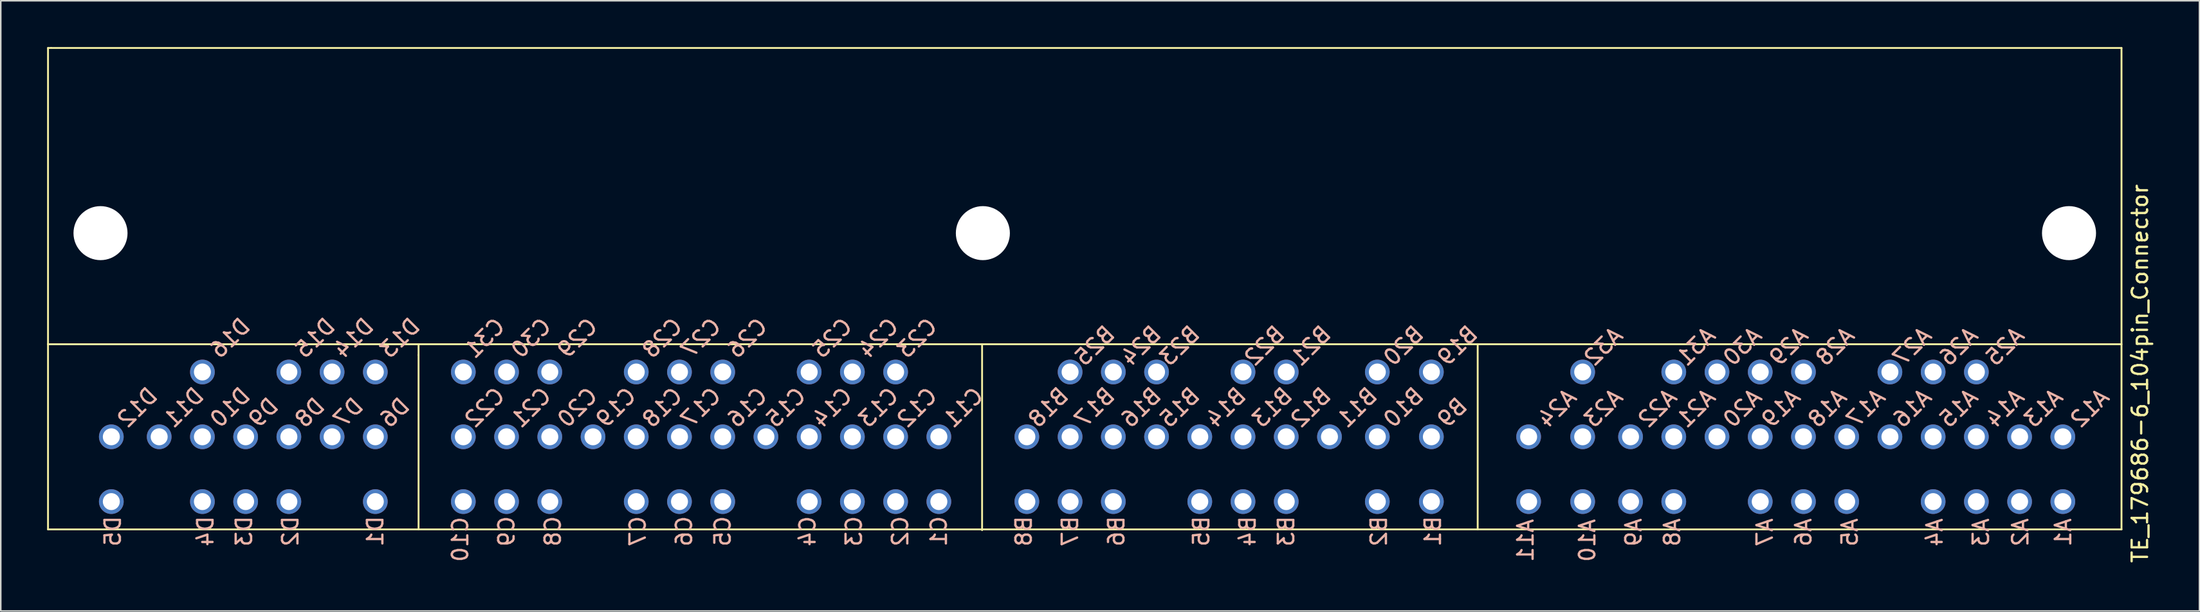
<source format=kicad_pcb>
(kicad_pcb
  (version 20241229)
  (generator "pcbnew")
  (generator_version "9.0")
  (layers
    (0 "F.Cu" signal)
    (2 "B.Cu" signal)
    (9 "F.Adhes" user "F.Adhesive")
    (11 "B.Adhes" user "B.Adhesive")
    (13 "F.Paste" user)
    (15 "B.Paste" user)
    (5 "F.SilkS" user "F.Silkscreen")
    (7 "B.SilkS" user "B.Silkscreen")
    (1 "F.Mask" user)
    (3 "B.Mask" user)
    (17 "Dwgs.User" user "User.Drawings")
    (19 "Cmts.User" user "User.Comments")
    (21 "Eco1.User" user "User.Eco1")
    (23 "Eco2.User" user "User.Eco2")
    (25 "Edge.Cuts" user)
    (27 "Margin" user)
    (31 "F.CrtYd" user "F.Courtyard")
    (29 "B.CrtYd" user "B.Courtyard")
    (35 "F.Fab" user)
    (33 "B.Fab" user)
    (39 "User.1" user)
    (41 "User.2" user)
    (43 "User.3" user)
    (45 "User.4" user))
  (footprint "TE_179686-6_104pin_Connector"
    (layer "F.Cu")
    (at 66.26 29.46)
    (property "Reference" "TE_179686-6_104pin_Connector" (at 69.3 -8.3 90) (layer "F.SilkS") (effects (font (size 1 1) (thickness 0.15))))
    (fp_line (start -66.2 -29.4) (end -66 -29.4) (stroke (width 0.12) (type solid)) (layer "F.SilkS"))
    (fp_line (start -66.2 -10.2) (end 68.1 -10.2) (stroke (width 0.12) (type solid)) (layer "F.SilkS"))
    (fp_line (start -66.2 1.8) (end -66.2 -29.4) (stroke (width 0.12) (type solid)) (layer "F.SilkS"))
    (fp_line (start -66 -29.4) (end 68.1 -29.4) (stroke (width 0.12) (type solid)) (layer "F.SilkS"))
    (fp_line (start -42.2 -10.2) (end -66.2 -10.2) (stroke (width 0.12) (type solid)) (layer "F.SilkS"))
    (fp_line (start -42.2 -9.5) (end -42.2 -10.2) (stroke (width 0.12) (type solid)) (layer "F.SilkS"))
    (fp_line (start -42.2 1.8) (end -42.2 -9.5) (stroke (width 0.12) (type solid)) (layer "F.SilkS"))
    (fp_line (start -5.7 1.85) (end -5.7 -10.15) (stroke (width 0.12) (type solid)) (layer "F.SilkS"))
    (fp_line (start 26.4 1.8) (end 26.4 -10.2) (stroke (width 0.12) (type solid)) (layer "F.SilkS"))
    (fp_line (start 68.1 -29.4) (end 68.1 1.8) (stroke (width 0.12) (type solid)) (layer "F.SilkS"))
    (fp_line (start 68.1 1.8) (end -66.2 1.8) (stroke (width 0.12) (type solid)) (layer "F.SilkS"))
    (fp_text user "D15" (at -50 -9.5 45) (unlocked yes) (layer "B.SilkS") (effects (font (size 1 1) (thickness 0.15)) (justify right mirror)))
    (fp_text user "B25" (at 0.5 -9 45) (unlocked yes) (layer "B.SilkS") (effects (font (size 1 1) (thickness 0.15)) (justify right mirror)))
    (fp_text user "D16" (at -55.5 -9.5 45) (unlocked yes) (layer "B.SilkS") (effects (font (size 1 1) (thickness 0.15)) (justify right mirror)))
    (fp_text user "C28" (at -27.5 -9.5 45) (unlocked yes) (layer "B.SilkS") (effects (font (size 1 1) (thickness 0.15)) (justify right mirror)))
    (fp_text user "A9" (at 36.5 3 90) (unlocked yes) (layer "B.SilkS") (effects (font (size 1 1) (thickness 0.15)) (justify right mirror)))
    (fp_text user "C15" (at -19.5 -5 45) (unlocked yes) (layer "B.SilkS") (effects (font (size 1 1) (thickness 0.15)) (justify right mirror)))
    (fp_text user "B8" (at -3 3 90) (unlocked yes) (layer "B.SilkS") (effects (font (size 1 1) (thickness 0.15)) (justify right mirror)))
    (fp_text user "C20" (at -33 -5 45) (unlocked yes) (layer "B.SilkS") (effects (font (size 1 1) (thickness 0.15)) (justify right mirror)))
    (fp_text user "B4" (at 11.5 3 90) (unlocked yes) (layer "B.SilkS") (effects (font (size 1 1) (thickness 0.15)) (justify right mirror)))
    (fp_text user "B24" (at 3.5 -9 45) (unlocked yes) (layer "B.SilkS") (effects (font (size 1 1) (thickness 0.15)) (justify right mirror)))
    (fp_text user "B3" (at 14 3 90) (unlocked yes) (layer "B.SilkS") (effects (font (size 1 1) (thickness 0.15)) (justify right mirror)))
    (fp_text user "A24" (at 30.5 -5 45) (unlocked yes) (layer "B.SilkS") (effects (font (size 1 1) (thickness 0.15)) (justify right mirror)))
    (fp_text user "D9" (at -53 -5 45) (unlocked yes) (layer "B.SilkS") (effects (font (size 1 1) (thickness 0.15)) (justify right mirror)))
    (fp_text user "B16" (at 3.5 -5 45) (unlocked yes) (layer "B.SilkS") (effects (font (size 1 1) (thickness 0.15)) (justify right mirror)))
    (fp_text user "A6" (at 47.5 3 90) (unlocked yes) (layer "B.SilkS") (effects (font (size 1 1) (thickness 0.15)) (justify right mirror)))
    (fp_text user "A5" (at 50.5 3 90) (unlocked yes) (layer "B.SilkS") (effects (font (size 1 1) (thickness 0.15)) (justify right mirror)))
    (fp_text user "D11" (at -58.5 -5 45) (unlocked yes) (layer "B.SilkS") (effects (font (size 1 1) (thickness 0.15)) (justify right mirror)))
    (fp_text user "C23" (at -11 -9.5 45) (unlocked yes) (layer "B.SilkS") (effects (font (size 1 1) (thickness 0.15)) (justify right mirror)))
    (fp_text user "C1" (at -8.5 3 90) (unlocked yes) (layer "B.SilkS") (effects (font (size 1 1) (thickness 0.15)) (justify right mirror)))
    (fp_text user "B17" (at 0.5 -5 45) (unlocked yes) (layer "B.SilkS") (effects (font (size 1 1) (thickness 0.15)) (justify right mirror)))
    (fp_text user "A11" (at 29.5 4 90) (unlocked yes) (layer "B.SilkS") (effects (font (size 1 1) (thickness 0.15)) (justify right mirror)))
    (fp_text user "C2" (at -11 3 90) (unlocked yes) (layer "B.SilkS") (effects (font (size 1 1) (thickness 0.15)) (justify right mirror)))
    (fp_text user "C18" (at -27.5 -5 45) (unlocked yes) (layer "B.SilkS") (effects (font (size 1 1) (thickness 0.15)) (justify right mirror)))
    (fp_text user "C7" (at -28 3 90) (unlocked yes) (layer "B.SilkS") (effects (font (size 1 1) (thickness 0.15)) (justify right mirror)))
    (fp_text user "A22" (at 37 -5 45) (unlocked yes) (layer "B.SilkS") (effects (font (size 1 1) (thickness 0.15)) (justify right mirror)))
    (fp_text user "C22" (at -39 -5 45) (unlocked yes) (layer "B.SilkS") (effects (font (size 1 1) (thickness 0.15)) (justify right mirror)))
    (fp_text user "A7" (at 45 3 90) (unlocked yes) (layer "B.SilkS") (effects (font (size 1 1) (thickness 0.15)) (justify right mirror)))
    (fp_text user "B15" (at 6 -5 45) (unlocked yes) (layer "B.SilkS") (effects (font (size 1 1) (thickness 0.15)) (justify right mirror)))
    (fp_text user "A26" (at 56.5 -9 45) (unlocked yes) (layer "B.SilkS") (effects (font (size 1 1) (thickness 0.15)) (justify right mirror)))
    (fp_text user "D4" (at -56 3 90) (unlocked yes) (layer "B.SilkS") (effects (font (size 1 1) (thickness 0.15)) (justify right mirror)))
    (fp_text user "C11" (at -8 -5 45) (unlocked yes) (layer "B.SilkS") (effects (font (size 1 1) (thickness 0.15)) (justify right mirror)))
    (fp_text user "D10" (at -55.5 -5 45) (unlocked yes) (layer "B.SilkS") (effects (font (size 1 1) (thickness 0.15)) (justify right mirror)))
    (fp_text user "A8" (at 39 3 90) (unlocked yes) (layer "B.SilkS") (effects (font (size 1 1) (thickness 0.15)) (justify right mirror)))
    (fp_text user "B13" (at 12 -5 45) (unlocked yes) (layer "B.SilkS") (effects (font (size 1 1) (thickness 0.15)) (justify right mirror)))
    (fp_text user "A1" (at 64.325 3 90) (unlocked yes) (layer "B.SilkS") (effects (font (size 1 1) (thickness 0.15)) (justify right mirror)))
    (fp_text user "A10" (at 33.5 4 90) (unlocked yes) (layer "B.SilkS") (effects (font (size 1 1) (thickness 0.15)) (justify right mirror)))
    (fp_text user "C8" (at -33.5 3 90) (unlocked yes) (layer "B.SilkS") (effects (font (size 1 1) (thickness 0.15)) (justify right mirror)))
    (fp_text user "B9" (at 24 -5 45) (unlocked yes) (layer "B.SilkS") (effects (font (size 1 1) (thickness 0.15)) (justify right mirror)))
    (fp_text user "A18" (at 48 -5 45) (unlocked yes) (layer "B.SilkS") (effects (font (size 1 1) (thickness 0.15)) (justify right mirror)))
    (fp_text user "B19" (at 24 -9 45) (unlocked yes) (layer "B.SilkS") (effects (font (size 1 1) (thickness 0.15)) (justify right mirror)))
    (fp_text user "B6" (at 3 3 90) (unlocked yes) (layer "B.SilkS") (effects (font (size 1 1) (thickness 0.15)) (justify right mirror)))
    (fp_text user "B22" (at 11.5 -9 45) (unlocked yes) (layer "B.SilkS") (effects (font (size 1 1) (thickness 0.15)) (justify right mirror)))
    (fp_text user "A4" (at 56 3 90) (unlocked yes) (layer "B.SilkS") (effects (font (size 1 1) (thickness 0.15)) (justify right mirror)))
    (fp_text user "A16" (at 53.5 -5 45) (unlocked yes) (layer "B.SilkS") (effects (font (size 1 1) (thickness 0.15)) (justify right mirror)))
    (fp_text user "B7" (at 0 3 90) (unlocked yes) (layer "B.SilkS") (effects (font (size 1 1) (thickness 0.15)) (justify right mirror)))
    (fp_text user "C9" (at -36.5 3 90) (unlocked yes) (layer "B.SilkS") (effects (font (size 1 1) (thickness 0.15)) (justify right mirror)))
    (fp_text user "A13" (at 62 -5 45) (unlocked yes) (layer "B.SilkS") (effects (font (size 1 1) (thickness 0.15)) (justify right mirror)))
    (fp_text user "C17" (at -25 -5 45) (unlocked yes) (layer "B.SilkS") (effects (font (size 1 1) (thickness 0.15)) (justify right mirror)))
    (fp_text user "A30" (at 42.5 -9 45) (unlocked yes) (layer "B.SilkS") (effects (font (size 1 1) (thickness 0.15)) (justify right mirror)))
    (fp_text user "D8" (at -50 -5 45) (unlocked yes) (layer "B.SilkS") (effects (font (size 1 1) (thickness 0.15)) (justify right mirror)))
    (fp_text user "B21" (at 14.5 -9 45) (unlocked yes) (layer "B.SilkS") (effects (font (size 1 1) (thickness 0.15)) (justify right mirror)))
    (fp_text user "A14" (at 59.5 -5 45) (unlocked yes) (layer "B.SilkS") (effects (font (size 1 1) (thickness 0.15)) (justify right mirror)))
    (fp_text user "D14" (at -47.5 -9.5 45) (unlocked yes) (layer "B.SilkS") (effects (font (size 1 1) (thickness 0.15)) (justify right mirror)))
    (fp_text user "C10" (at -39.5 4 90) (unlocked yes) (layer "B.SilkS") (effects (font (size 1 1) (thickness 0.15)) (justify right mirror)))
    (fp_text user "C16" (at -22 -5 45) (unlocked yes) (layer "B.SilkS") (effects (font (size 1 1) (thickness 0.15)) (justify right mirror)))
    (fp_text user "A20" (at 42.5 -5 45) (unlocked yes) (layer "B.SilkS") (effects (font (size 1 1) (thickness 0.15)) (justify right mirror)))
    (fp_text user "C27" (at -25 -9.5 45) (unlocked yes) (layer "B.SilkS") (effects (font (size 1 1) (thickness 0.15)) (justify right mirror)))
    (fp_text user "C4" (at -17 3 90) (unlocked yes) (layer "B.SilkS") (effects (font (size 1 1) (thickness 0.15)) (justify right mirror)))
    (fp_text user "D1" (at -45 3 90) (unlocked yes) (layer "B.SilkS") (effects (font (size 1 1) (thickness 0.15)) (justify right mirror)))
    (fp_text user "A3" (at 59 3 90) (unlocked yes) (layer "B.SilkS") (effects (font (size 1 1) (thickness 0.15)) (justify right mirror)))
    (fp_text user "C31" (at -39 -9.5 45) (unlocked yes) (layer "B.SilkS") (effects (font (size 1 1) (thickness 0.15)) (justify right mirror)))
    (fp_text user "B11" (at 17.5 -5 45) (unlocked yes) (layer "B.SilkS") (effects (font (size 1 1) (thickness 0.15)) (justify right mirror)))
    (fp_text user "B10" (at 20.5 -5 45) (unlocked yes) (layer "B.SilkS") (effects (font (size 1 1) (thickness 0.15)) (justify right mirror)))
    (fp_text user "C5" (at -22.5 3 90) (unlocked yes) (layer "B.SilkS") (effects (font (size 1 1) (thickness 0.15)) (justify right mirror)))
    (fp_text user "C6" (at -25 3 90) (unlocked yes) (layer "B.SilkS") (effects (font (size 1 1) (thickness 0.15)) (justify right mirror)))
    (fp_text user "B2" (at 20 3 90) (unlocked yes) (layer "B.SilkS") (effects (font (size 1 1) (thickness 0.15)) (justify right mirror)))
    (fp_text user "B5" (at 8.5 3 90) (unlocked yes) (layer "B.SilkS") (effects (font (size 1 1) (thickness 0.15)) (justify right mirror)))
    (fp_text user "A2" (at 61.55 3 90) (unlocked yes) (layer "B.SilkS") (effects (font (size 1 1) (thickness 0.15)) (justify right mirror)))
    (fp_text user "C14" (at -16.5 -5 45) (unlocked yes) (layer "B.SilkS") (effects (font (size 1 1) (thickness 0.15)) (justify right mirror)))
    (fp_text user "C29" (at -33 -9.5 45) (unlocked yes) (layer "B.SilkS") (effects (font (size 1 1) (thickness 0.15)) (justify right mirror)))
    (fp_text user "A28" (at 48.5 -9 45) (unlocked yes) (layer "B.SilkS") (effects (font (size 1 1) (thickness 0.15)) (justify right mirror)))
    (fp_text user "A17" (at 50.5 -5 45) (unlocked yes) (layer "B.SilkS") (effects (font (size 1 1) (thickness 0.15)) (justify right mirror)))
    (fp_text user "D3" (at -53.5 3 90) (unlocked yes) (layer "B.SilkS") (effects (font (size 1 1) (thickness 0.15)) (justify right mirror)))
    (fp_text user "A32" (at 33.5 -9 45) (unlocked yes) (layer "B.SilkS") (effects (font (size 1 1) (thickness 0.15)) (justify right mirror)))
    (fp_text user "B1" (at 23.5 3 90) (unlocked yes) (layer "B.SilkS") (effects (font (size 1 1) (thickness 0.15)) (justify right mirror)))
    (fp_text user "A23" (at 33.5 -5 45) (unlocked yes) (layer "B.SilkS") (effects (font (size 1 1) (thickness 0.15)) (justify right mirror)))
    (fp_text user "C19" (at -30.5 -5 45) (unlocked yes) (layer "B.SilkS") (effects (font (size 1 1) (thickness 0.15)) (justify right mirror)))
    (fp_text user "C26" (at -22 -9.5 45) (unlocked yes) (layer "B.SilkS") (effects (font (size 1 1) (thickness 0.15)) (justify right mirror)))
    (fp_text user "C13" (at -13.5 -5 45) (unlocked yes) (layer "B.SilkS") (effects (font (size 1 1) (thickness 0.15)) (justify right mirror)))
    (fp_text user "D12" (at -61.5 -5 45) (unlocked yes) (layer "B.SilkS") (effects (font (size 1 1) (thickness 0.15)) (justify right mirror)))
    (fp_text user "C30" (at -36 -9.5 45) (unlocked yes) (layer "B.SilkS") (effects (font (size 1 1) (thickness 0.15)) (justify right mirror)))
    (fp_text user "A25" (at 59.5 -9 45) (unlocked yes) (layer "B.SilkS") (effects (font (size 1 1) (thickness 0.15)) (justify right mirror)))
    (fp_text user "D13" (at -44.5 -9.5 45) (unlocked yes) (layer "B.SilkS") (effects (font (size 1 1) (thickness 0.15)) (justify right mirror)))
    (fp_text user "A29" (at 45.5 -9 45) (unlocked yes) (layer "B.SilkS") (effects (font (size 1 1) (thickness 0.15)) (justify right mirror)))
    (fp_text user "C24" (at -13.5 -9.5 45) (unlocked yes) (layer "B.SilkS") (effects (font (size 1 1) (thickness 0.15)) (justify right mirror)))
    (fp_text user "D5" (at -62 3 90) (unlocked yes) (layer "B.SilkS") (effects (font (size 1 1) (thickness 0.15)) (justify right mirror)))
    (fp_text user "B12" (at 14.5 -5 45) (unlocked yes) (layer "B.SilkS") (effects (font (size 1 1) (thickness 0.15)) (justify right mirror)))
    (fp_text user "B14" (at 9 -5 45) (unlocked yes) (layer "B.SilkS") (effects (font (size 1 1) (thickness 0.15)) (justify right mirror)))
    (fp_text user "D2" (at -50.5 3 90) (unlocked yes) (layer "B.SilkS") (effects (font (size 1 1) (thickness 0.15)) (justify right mirror)))
    (fp_text user "A31" (at 39.5 -9 45) (unlocked yes) (layer "B.SilkS") (effects (font (size 1 1) (thickness 0.15)) (justify right mirror)))
    (fp_text user "B20" (at 20.5 -9 45) (unlocked yes) (layer "B.SilkS") (effects (font (size 1 1) (thickness 0.15)) (justify right mirror)))
    (fp_text user "C12" (at -11 -5 45) (unlocked yes) (layer "B.SilkS") (effects (font (size 1 1) (thickness 0.15)) (justify right mirror)))
    (fp_text user "A27" (at 53.5 -9 45) (unlocked yes) (layer "B.SilkS") (effects (font (size 1 1) (thickness 0.15)) (justify right mirror)))
    (fp_text user "A19" (at 45 -5 45) (unlocked yes) (layer "B.SilkS") (effects (font (size 1 1) (thickness 0.15)) (justify right mirror)))
    (fp_text user "C3" (at -14 3 90) (unlocked yes) (layer "B.SilkS") (effects (font (size 1 1) (thickness 0.15)) (justify right mirror)))
    (fp_text user "D7" (at -47.5 -5 45) (unlocked yes) (layer "B.SilkS") (effects (font (size 1 1) (thickness 0.15)) (justify right mirror)))
    (fp_text user "A12" (at 65 -5 45) (unlocked yes) (layer "B.SilkS") (effects (font (size 1 1) (thickness 0.15)) (justify right mirror)))
    (fp_text user "D6" (at -44.5 -5 45) (unlocked yes) (layer "B.SilkS") (effects (font (size 1 1) (thickness 0.15)) (justify right mirror)))
    (fp_text user "C25" (at -16.5 -9.5 45) (unlocked yes) (layer "B.SilkS") (effects (font (size 1 1) (thickness 0.15)) (justify right mirror)))
    (fp_text user "A15" (at 56.5 -5 45) (unlocked yes) (layer "B.SilkS") (effects (font (size 1 1) (thickness 0.15)) (justify right mirror)))
    (fp_text user "C21" (at -36 -5 45) (unlocked yes) (layer "B.SilkS") (effects (font (size 1 1) (thickness 0.15)) (justify right mirror)))
    (fp_text user "B18" (at -2.5 -5 45) (unlocked yes) (layer "B.SilkS") (effects (font (size 1 1) (thickness 0.15)) (justify right mirror)))
    (fp_text user "A21" (at 39.5 -5 45) (unlocked yes) (layer "B.SilkS") (effects (font (size 1 1) (thickness 0.15)) (justify right mirror)))
    (fp_text user "B23" (at 6 -9 45) (unlocked yes) (layer "B.SilkS") (effects (font (size 1 1) (thickness 0.15)) (justify right mirror)))
    (pad "" np_thru_hole circle (at -62.8 -17.4 90) (size 3.5 3.5) (drill 3.5) (layers "*.Cu" "*.Mask"))
    (pad "" np_thru_hole circle (at -5.65 -17.4 90) (size 3.5 3.5) (drill 3.5) (layers "*.Cu" "*.Mask"))
    (pad "" np_thru_hole circle (at 64.7 -17.4 90) (size 3.5 3.5) (drill 3.5) (layers "*.Cu" "*.Mask"))
    (pad "A1" thru_hole circle (at 64.3 0 90) (size 1.6 1.6) (drill 1.1) (layers "*.Cu" "*.Mask"))
    (pad "A2" thru_hole circle (at 61.5 0 90) (size 1.6 1.6) (drill 1.1) (layers "*.Cu" "*.Mask"))
    (pad "A3" thru_hole circle (at 58.7 0 90) (size 1.6 1.6) (drill 1.1) (layers "*.Cu" "*.Mask"))
    (pad "A4" thru_hole circle (at 55.9 0 90) (size 1.6 1.6) (drill 1.1) (layers "*.Cu" "*.Mask"))
    (pad "A5" thru_hole circle (at 50.3 0 90) (size 1.6 1.6) (drill 1.1) (layers "*.Cu" "*.Mask"))
    (pad "A6" thru_hole circle (at 47.5 0 90) (size 1.6 1.6) (drill 1.1) (layers "*.Cu" "*.Mask"))
    (pad "A7" thru_hole circle (at 44.7 0 90) (size 1.6 1.6) (drill 1.1) (layers "*.Cu" "*.Mask"))
    (pad "A8" thru_hole circle (at 39.1 0 90) (size 1.6 1.6) (drill 1.1) (layers "*.Cu" "*.Mask"))
    (pad "A9" thru_hole circle (at 36.3 0 90) (size 1.6 1.6) (drill 1.1) (layers "*.Cu" "*.Mask"))
    (pad "A10" thru_hole circle (at 33.2 0 90) (size 1.6 1.6) (drill 1.1) (layers "*.Cu" "*.Mask"))
    (pad "A11" thru_hole circle (at 29.7 0 90) (size 1.6 1.6) (drill 1.1) (layers "*.Cu" "*.Mask"))
    (pad "A12" thru_hole circle (at 64.3 -4.2 90) (size 1.6 1.6) (drill 1.1) (layers "*.Cu" "*.Mask"))
    (pad "A13" thru_hole circle (at 61.5 -4.2 90) (size 1.6 1.6) (drill 1.1) (layers "*.Cu" "*.Mask"))
    (pad "A14" thru_hole circle (at 58.7 -4.2 90) (size 1.6 1.6) (drill 1.1) (layers "*.Cu" "*.Mask"))
    (pad "A15" thru_hole circle (at 55.9 -4.2 90) (size 1.6 1.6) (drill 1.1) (layers "*.Cu" "*.Mask"))
    (pad "A16" thru_hole circle (at 53.1 -4.2 90) (size 1.6 1.6) (drill 1.1) (layers "*.Cu" "*.Mask"))
    (pad "A17" thru_hole circle (at 50.3 -4.2 90) (size 1.6 1.6) (drill 1.1) (layers "*.Cu" "*.Mask"))
    (pad "A18" thru_hole circle (at 47.5 -4.2 90) (size 1.6 1.6) (drill 1.1) (layers "*.Cu" "*.Mask"))
    (pad "A19" thru_hole circle (at 44.7 -4.2 90) (size 1.6 1.6) (drill 1.1) (layers "*.Cu" "*.Mask"))
    (pad "A20" thru_hole circle (at 41.9 -4.2 90) (size 1.6 1.6) (drill 1.1) (layers "*.Cu" "*.Mask"))
    (pad "A21" thru_hole circle (at 39.1 -4.2 90) (size 1.6 1.6) (drill 1.1) (layers "*.Cu" "*.Mask"))
    (pad "A22" thru_hole circle (at 36.3 -4.2 90) (size 1.6 1.6) (drill 1.1) (layers "*.Cu" "*.Mask"))
    (pad "A23" thru_hole circle (at 33.2 -4.2 90) (size 1.6 1.6) (drill 1.1) (layers "*.Cu" "*.Mask"))
    (pad "A24" thru_hole circle (at 29.7 -4.2 90) (size 1.6 1.6) (drill 1.1) (layers "*.Cu" "*.Mask"))
    (pad "A25" thru_hole circle (at 58.7 -8.4 90) (size 1.6 1.6) (drill 1.1) (layers "*.Cu" "*.Mask"))
    (pad "A26" thru_hole circle (at 55.9 -8.4 90) (size 1.6 1.6) (drill 1.1) (layers "*.Cu" "*.Mask"))
    (pad "A27" thru_hole circle (at 53.1 -8.4 90) (size 1.6 1.6) (drill 1.1) (layers "*.Cu" "*.Mask"))
    (pad "A28" thru_hole circle (at 47.5 -8.4 90) (size 1.6 1.6) (drill 1.1) (layers "*.Cu" "*.Mask"))
    (pad "A29" thru_hole circle (at 44.7 -8.4 90) (size 1.6 1.6) (drill 1.1) (layers "*.Cu" "*.Mask"))
    (pad "A30" thru_hole circle (at 41.9 -8.4 90) (size 1.6 1.6) (drill 1.1) (layers "*.Cu" "*.Mask"))
    (pad "A31" thru_hole circle (at 39.1 -8.4 90) (size 1.6 1.6) (drill 1.1) (layers "*.Cu" "*.Mask"))
    (pad "A32" thru_hole circle (at 33.2 -8.4 90) (size 1.6 1.6) (drill 1.1) (layers "*.Cu" "*.Mask"))
    (pad "B1" thru_hole circle (at 23.4 0 90) (size 1.6 1.6) (drill 1.1) (layers "*.Cu" "*.Mask"))
    (pad "B2" thru_hole circle (at 19.9 0 90) (size 1.6 1.6) (drill 1.1) (layers "*.Cu" "*.Mask"))
    (pad "B3" thru_hole circle (at 14 0 90) (size 1.6 1.6) (drill 1.1) (layers "*.Cu" "*.Mask"))
    (pad "B4" thru_hole circle (at 11.2 0 90) (size 1.6 1.6) (drill 1.1) (layers "*.Cu" "*.Mask"))
    (pad "B5" thru_hole circle (at 8.4 0 90) (size 1.6 1.6) (drill 1.1) (layers "*.Cu" "*.Mask"))
    (pad "B6" thru_hole circle (at 2.8 0 90) (size 1.6 1.6) (drill 1.1) (layers "*.Cu" "*.Mask"))
    (pad "B7" thru_hole circle (at 0 0 90) (size 1.6 1.6) (drill 1.1) (layers "*.Cu" "*.Mask"))
    (pad "B8" thru_hole circle (at -2.8 0 90) (size 1.6 1.6) (drill 1.1) (layers "*.Cu" "*.Mask"))
    (pad "B9" thru_hole circle (at 23.4 -4.2 90) (size 1.6 1.6) (drill 1.1) (layers "*.Cu" "*.Mask"))
    (pad "B10" thru_hole circle (at 19.9 -4.2 90) (size 1.6 1.6) (drill 1.1) (layers "*.Cu" "*.Mask"))
    (pad "B11" thru_hole circle (at 16.8 -4.2 90) (size 1.6 1.6) (drill 1.1) (layers "*.Cu" "*.Mask"))
    (pad "B12" thru_hole circle (at 14 -4.2 90) (size 1.6 1.6) (drill 1.1) (layers "*.Cu" "*.Mask"))
    (pad "B13" thru_hole circle (at 11.2 -4.2 90) (size 1.6 1.6) (drill 1.1) (layers "*.Cu" "*.Mask"))
    (pad "B14" thru_hole circle (at 8.4 -4.2 90) (size 1.6 1.6) (drill 1.1) (layers "*.Cu" "*.Mask"))
    (pad "B15" thru_hole circle (at 5.6 -4.2 90) (size 1.6 1.6) (drill 1.1) (layers "*.Cu" "*.Mask"))
    (pad "B16" thru_hole circle (at 2.8 -4.2 90) (size 1.6 1.6) (drill 1.1) (layers "*.Cu" "*.Mask"))
    (pad "B17" thru_hole circle (at 0 -4.2 90) (size 1.6 1.6) (drill 1.1) (layers "*.Cu" "*.Mask"))
    (pad "B18" thru_hole circle (at -2.8 -4.2 90) (size 1.6 1.6) (drill 1.1) (layers "*.Cu" "*.Mask"))
    (pad "B19" thru_hole circle (at 23.4 -8.4 90) (size 1.6 1.6) (drill 1.1) (layers "*.Cu" "*.Mask"))
    (pad "B20" thru_hole circle (at 19.9 -8.4 90) (size 1.6 1.6) (drill 1.1) (layers "*.Cu" "*.Mask"))
    (pad "B21" thru_hole circle (at 14 -8.4 90) (size 1.6 1.6) (drill 1.1) (layers "*.Cu" "*.Mask"))
    (pad "B22" thru_hole circle (at 11.2 -8.4 90) (size 1.6 1.6) (drill 1.1) (layers "*.Cu" "*.Mask"))
    (pad "B23" thru_hole circle (at 5.6 -8.4 90) (size 1.6 1.6) (drill 1.1) (layers "*.Cu" "*.Mask"))
    (pad "B24" thru_hole circle (at 2.8 -8.4 90) (size 1.6 1.6) (drill 1.1) (layers "*.Cu" "*.Mask"))
    (pad "B25" thru_hole circle (at 0 -8.4 90) (size 1.6 1.6) (drill 1.1) (layers "*.Cu" "*.Mask"))
    (pad "C1" thru_hole circle (at -8.5 0 90) (size 1.6 1.6) (drill 1.1) (layers "*.Cu" "*.Mask"))
    (pad "C2" thru_hole circle (at -11.3 0 90) (size 1.6 1.6) (drill 1.1) (layers "*.Cu" "*.Mask"))
    (pad "C3" thru_hole circle (at -14.1 0 90) (size 1.6 1.6) (drill 1.1) (layers "*.Cu" "*.Mask"))
    (pad "C4" thru_hole circle (at -16.9 0 90) (size 1.6 1.6) (drill 1.1) (layers "*.Cu" "*.Mask"))
    (pad "C5" thru_hole circle (at -22.5 0 90) (size 1.6 1.6) (drill 1.1) (layers "*.Cu" "*.Mask"))
    (pad "C6" thru_hole circle (at -25.3 0 90) (size 1.6 1.6) (drill 1.1) (layers "*.Cu" "*.Mask"))
    (pad "C7" thru_hole circle (at -28.1 0 90) (size 1.6 1.6) (drill 1.1) (layers "*.Cu" "*.Mask"))
    (pad "C8" thru_hole circle (at -33.7 0 90) (size 1.6 1.6) (drill 1.1) (layers "*.Cu" "*.Mask"))
    (pad "C9" thru_hole circle (at -36.5 0 90) (size 1.6 1.6) (drill 1.1) (layers "*.Cu" "*.Mask"))
    (pad "C10" thru_hole circle (at -39.3 0 90) (size 1.6 1.6) (drill 1.1) (layers "*.Cu" "*.Mask"))
    (pad "C11" thru_hole circle (at -8.5 -4.2 90) (size 1.6 1.6) (drill 1.1) (layers "*.Cu" "*.Mask"))
    (pad "C12" thru_hole circle (at -11.3 -4.2 90) (size 1.6 1.6) (drill 1.1) (layers "*.Cu" "*.Mask"))
    (pad "C13" thru_hole circle (at -14.1 -4.2 90) (size 1.6 1.6) (drill 1.1) (layers "*.Cu" "*.Mask"))
    (pad "C14" thru_hole circle (at -16.9 -4.2 90) (size 1.6 1.6) (drill 1.1) (layers "*.Cu" "*.Mask"))
    (pad "C15" thru_hole circle (at -19.7 -4.2 90) (size 1.6 1.6) (drill 1.1) (layers "*.Cu" "*.Mask"))
    (pad "C16" thru_hole circle (at -22.5 -4.2 90) (size 1.6 1.6) (drill 1.1) (layers "*.Cu" "*.Mask"))
    (pad "C17" thru_hole circle (at -25.3 -4.2 90) (size 1.6 1.6) (drill 1.1) (layers "*.Cu" "*.Mask"))
    (pad "C18" thru_hole circle (at -28.1 -4.2 90) (size 1.6 1.6) (drill 1.1) (layers "*.Cu" "*.Mask"))
    (pad "C19" thru_hole circle (at -30.9 -4.2 90) (size 1.6 1.6) (drill 1.1) (layers "*.Cu" "*.Mask"))
    (pad "C20" thru_hole circle (at -33.7 -4.2 90) (size 1.6 1.6) (drill 1.1) (layers "*.Cu" "*.Mask"))
    (pad "C21" thru_hole circle (at -36.5 -4.2 90) (size 1.6 1.6) (drill 1.1) (layers "*.Cu" "*.Mask"))
    (pad "C22" thru_hole circle (at -39.3 -4.2 90) (size 1.6 1.6) (drill 1.1) (layers "*.Cu" "*.Mask"))
    (pad "C23" thru_hole circle (at -11.3 -8.4 90) (size 1.6 1.6) (drill 1.1) (layers "*.Cu" "*.Mask"))
    (pad "C24" thru_hole circle (at -14.1 -8.4 90) (size 1.6 1.6) (drill 1.1) (layers "*.Cu" "*.Mask"))
    (pad "C25" thru_hole circle (at -16.9 -8.4 90) (size 1.6 1.6) (drill 1.1) (layers "*.Cu" "*.Mask"))
    (pad "C26" thru_hole circle (at -22.5 -8.4 90) (size 1.6 1.6) (drill 1.1) (layers "*.Cu" "*.Mask"))
    (pad "C27" thru_hole circle (at -25.3 -8.4 90) (size 1.6 1.6) (drill 1.1) (layers "*.Cu" "*.Mask"))
    (pad "C28" thru_hole circle (at -28.1 -8.4 90) (size 1.6 1.6) (drill 1.1) (layers "*.Cu" "*.Mask"))
    (pad "C29" thru_hole circle (at -33.7 -8.4 90) (size 1.6 1.6) (drill 1.1) (layers "*.Cu" "*.Mask"))
    (pad "C30" thru_hole circle (at -36.5 -8.4 90) (size 1.6 1.6) (drill 1.1) (layers "*.Cu" "*.Mask"))
    (pad "C31" thru_hole circle (at -39.3 -8.4 90) (size 1.6 1.6) (drill 1.1) (layers "*.Cu" "*.Mask"))
    (pad "D1" thru_hole circle (at -45 0 90) (size 1.6 1.6) (drill 1.1) (layers "*.Cu" "*.Mask"))
    (pad "D2" thru_hole circle (at -50.6 0 90) (size 1.6 1.6) (drill 1.1) (layers "*.Cu" "*.Mask"))
    (pad "D3" thru_hole circle (at -53.4 0 90) (size 1.6 1.6) (drill 1.1) (layers "*.Cu" "*.Mask"))
    (pad "D4" thru_hole circle (at -56.2 0 90) (size 1.6 1.6) (drill 1.1) (layers "*.Cu" "*.Mask"))
    (pad "D5" thru_hole circle (at -62.1 0 90) (size 1.6 1.6) (drill 1.1) (layers "*.Cu" "*.Mask"))
    (pad "D6" thru_hole circle (at -45 -4.2 90) (size 1.6 1.6) (drill 1.1) (layers "*.Cu" "*.Mask"))
    (pad "D7" thru_hole circle (at -47.8 -4.2 90) (size 1.6 1.6) (drill 1.1) (layers "*.Cu" "*.Mask"))
    (pad "D8" thru_hole circle (at -50.6 -4.2 90) (size 1.6 1.6) (drill 1.1) (layers "*.Cu" "*.Mask"))
    (pad "D9" thru_hole circle (at -53.4 -4.2 90) (size 1.6 1.6) (drill 1.1) (layers "*.Cu" "*.Mask"))
    (pad "D10" thru_hole circle (at -56.2 -4.2 90) (size 1.6 1.6) (drill 1.1) (layers "*.Cu" "*.Mask"))
    (pad "D11" thru_hole circle (at -59 -4.2 90) (size 1.6 1.6) (drill 1.1) (layers "*.Cu" "*.Mask"))
    (pad "D12" thru_hole circle (at -62.1 -4.2 90) (size 1.6 1.6) (drill 1.1) (layers "*.Cu" "*.Mask"))
    (pad "D13" thru_hole circle (at -45 -8.4 90) (size 1.6 1.6) (drill 1.1) (layers "*.Cu" "*.Mask"))
    (pad "D14" thru_hole circle (at -47.8 -8.4 90) (size 1.6 1.6) (drill 1.1) (layers "*.Cu" "*.Mask"))
    (pad "D15" thru_hole circle (at -50.6 -8.4 90) (size 1.6 1.6) (drill 1.1) (layers "*.Cu" "*.Mask"))
    (pad "D16" thru_hole circle (at -56.2 -8.4 90) (size 1.6 1.6) (drill 1.1) (layers "*.Cu" "*.Mask")))
  (gr_rect
    (start -3 -3)
    (end 139.408 36.547)
    (stroke (width 0.1) (type default))
    (fill no)
    (layer "Edge.Cuts")))
</source>
